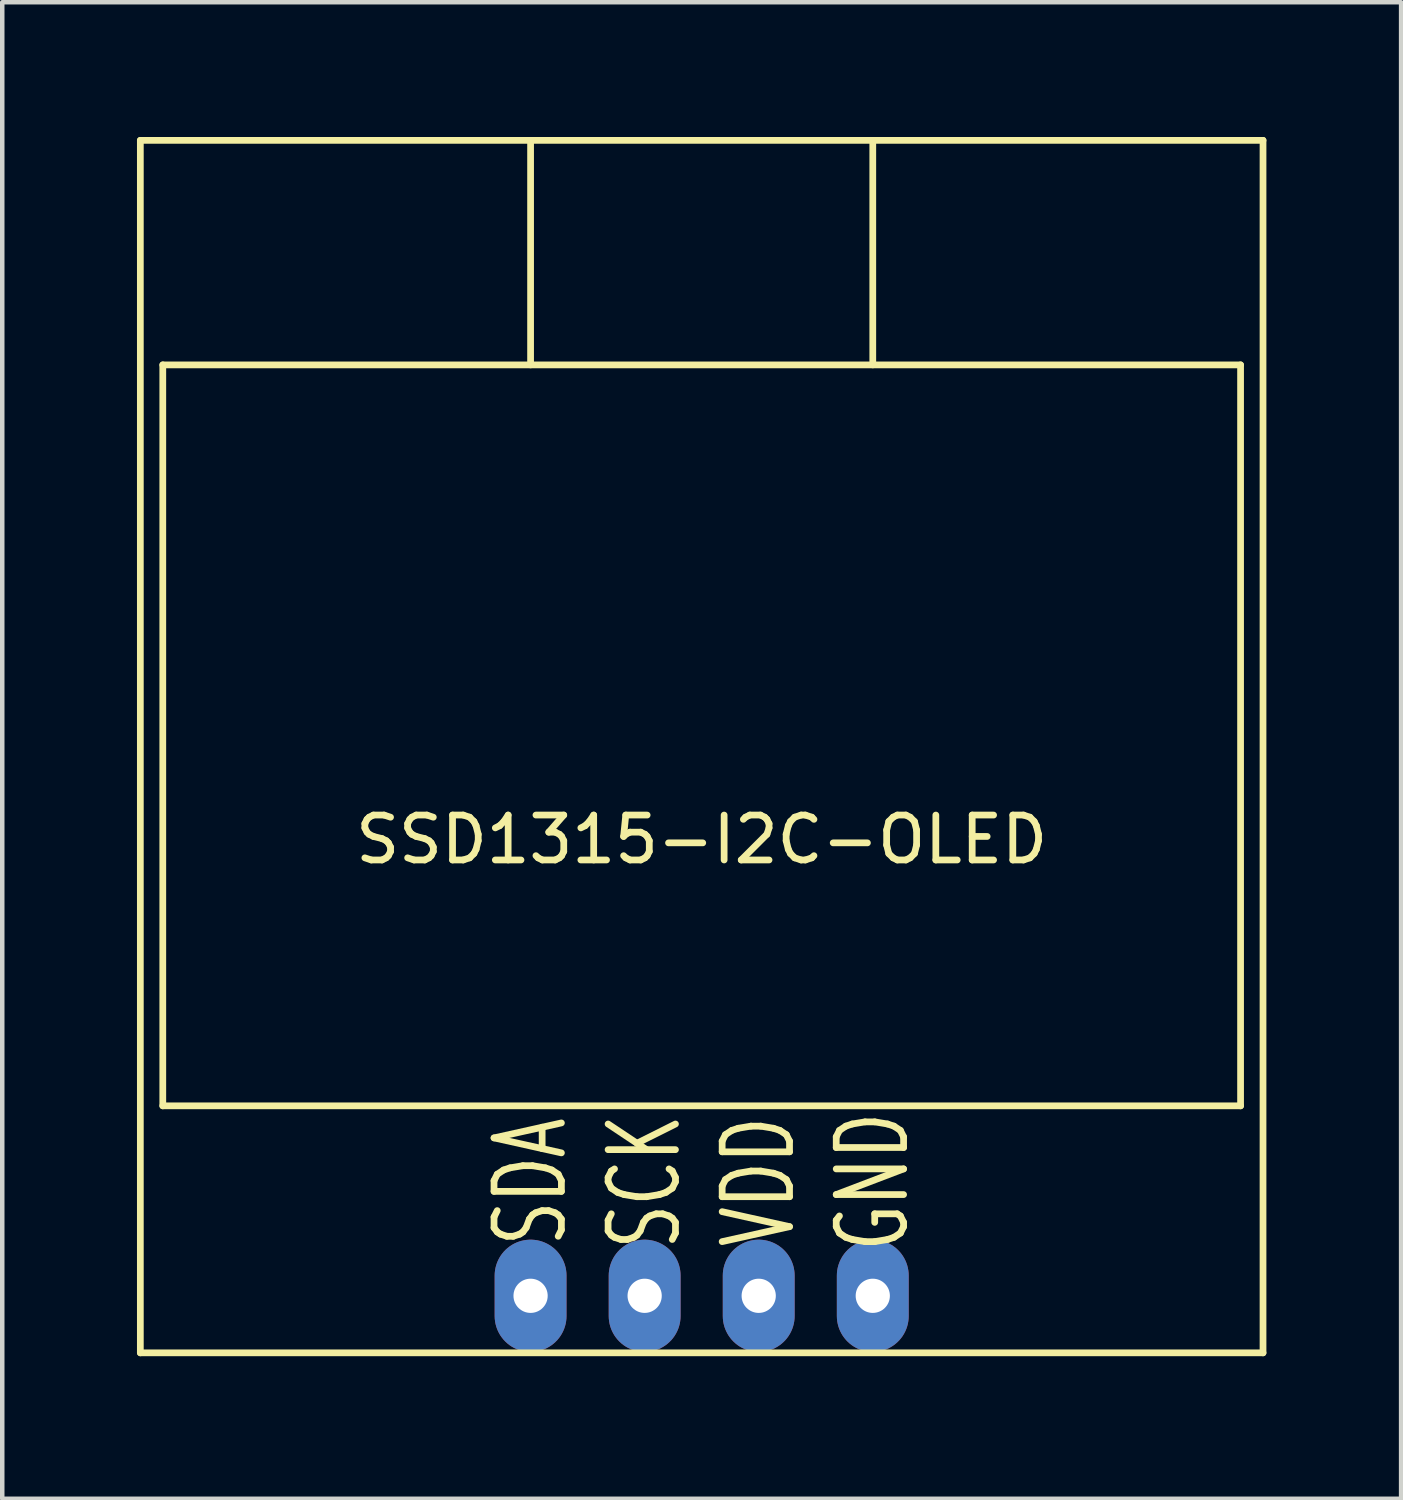
<source format=kicad_pcb>
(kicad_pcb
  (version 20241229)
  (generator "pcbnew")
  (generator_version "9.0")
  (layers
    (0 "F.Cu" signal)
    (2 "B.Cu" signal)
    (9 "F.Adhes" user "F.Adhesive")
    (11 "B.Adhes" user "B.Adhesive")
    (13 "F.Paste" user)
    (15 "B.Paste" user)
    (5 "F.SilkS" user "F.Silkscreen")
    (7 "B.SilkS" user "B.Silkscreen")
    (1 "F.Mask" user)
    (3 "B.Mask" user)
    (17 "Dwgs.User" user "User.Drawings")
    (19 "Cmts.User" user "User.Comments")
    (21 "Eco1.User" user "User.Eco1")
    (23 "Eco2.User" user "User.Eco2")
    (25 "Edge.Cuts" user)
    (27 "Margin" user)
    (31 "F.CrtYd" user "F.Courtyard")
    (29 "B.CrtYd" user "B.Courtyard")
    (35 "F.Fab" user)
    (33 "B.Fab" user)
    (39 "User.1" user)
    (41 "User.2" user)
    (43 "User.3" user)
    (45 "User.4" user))
  (footprint "SSD1315-I2C-OLED"
    (layer "F.Cu")
    (at 12.575 27.075)
    (property "Reference" "SSD1315-I2C-OLED" (at 0 -11.43 0) (layer "F.SilkS") (effects (font (size 1 1) (thickness 0.15))))
    (attr through_hole)
    (fp_line (start -12.5 -27) (end -12.5 0) (stroke (width 0.15) (type solid)) (layer "F.SilkS"))
    (fp_line (start -12.5 0) (end 12.5 0) (stroke (width 0.15) (type solid)) (layer "F.SilkS"))
    (fp_line (start -12 -22) (end -12 -5.5) (stroke (width 0.15) (type solid)) (layer "F.SilkS"))
    (fp_line (start -12 -5.5) (end 12 -5.5) (stroke (width 0.15) (type solid)) (layer "F.SilkS"))
    (fp_line (start -3.81 -22) (end -3.81 -27) (stroke (width 0.15) (type solid)) (layer "F.SilkS"))
    (fp_line (start 3.81 -22) (end 3.81 -27) (stroke (width 0.15) (type solid)) (layer "F.SilkS"))
    (fp_line (start 12 -22) (end -12 -22) (stroke (width 0.15) (type solid)) (layer "F.SilkS"))
    (fp_line (start 12 -5.5) (end 12 -22) (stroke (width 0.15) (type solid)) (layer "F.SilkS"))
    (fp_line (start 12.5 -27) (end -12.5 -27) (stroke (width 0.15) (type solid)) (layer "F.SilkS"))
    (fp_line (start 12.5 0) (end 12.5 -27) (stroke (width 0.15) (type solid)) (layer "F.SilkS"))
    (fp_text user "GND" (at 3.81 -3.81 90) (layer "F.SilkS") (effects (font (size 1.5 1) (thickness 0.15))))
    (fp_text user "VDD" (at 1.27 -3.81 270) (layer "F.SilkS") (effects (font (size 1.5 1) (thickness 0.15))))
    (fp_text user "SDA" (at -3.81 -3.81 90) (layer "F.SilkS") (effects (font (size 1.5 1) (thickness 0.15))))
    (fp_text user "SCK" (at -1.27 -3.81 90) (layer "F.SilkS") (effects (font (size 1.5 1) (thickness 0.15))))
    (pad "1" thru_hole oval (at 3.81 -1.27 180) (size 1.6 2.5) (drill 0.762) (layers "*.Cu" "*.Mask"))
    (pad "2" thru_hole oval (at 1.27 -1.27 180) (size 1.6 2.5) (drill 0.762) (layers "*.Cu" "*.Mask"))
    (pad "3" thru_hole oval (at -1.27 -1.27 180) (size 1.6 2.5) (drill 0.762) (layers "*.Cu" "*.Mask"))
    (pad "4" thru_hole oval (at -3.81 -1.27 180) (size 1.6 2.5) (drill 0.762) (layers "*.Cu" "*.Mask")))
  (gr_rect
    (start -3 -3)
    (end 28.15 30.325)
    (stroke (width 0.1) (type default))
    (fill no)
    (layer "Edge.Cuts")))
</source>
